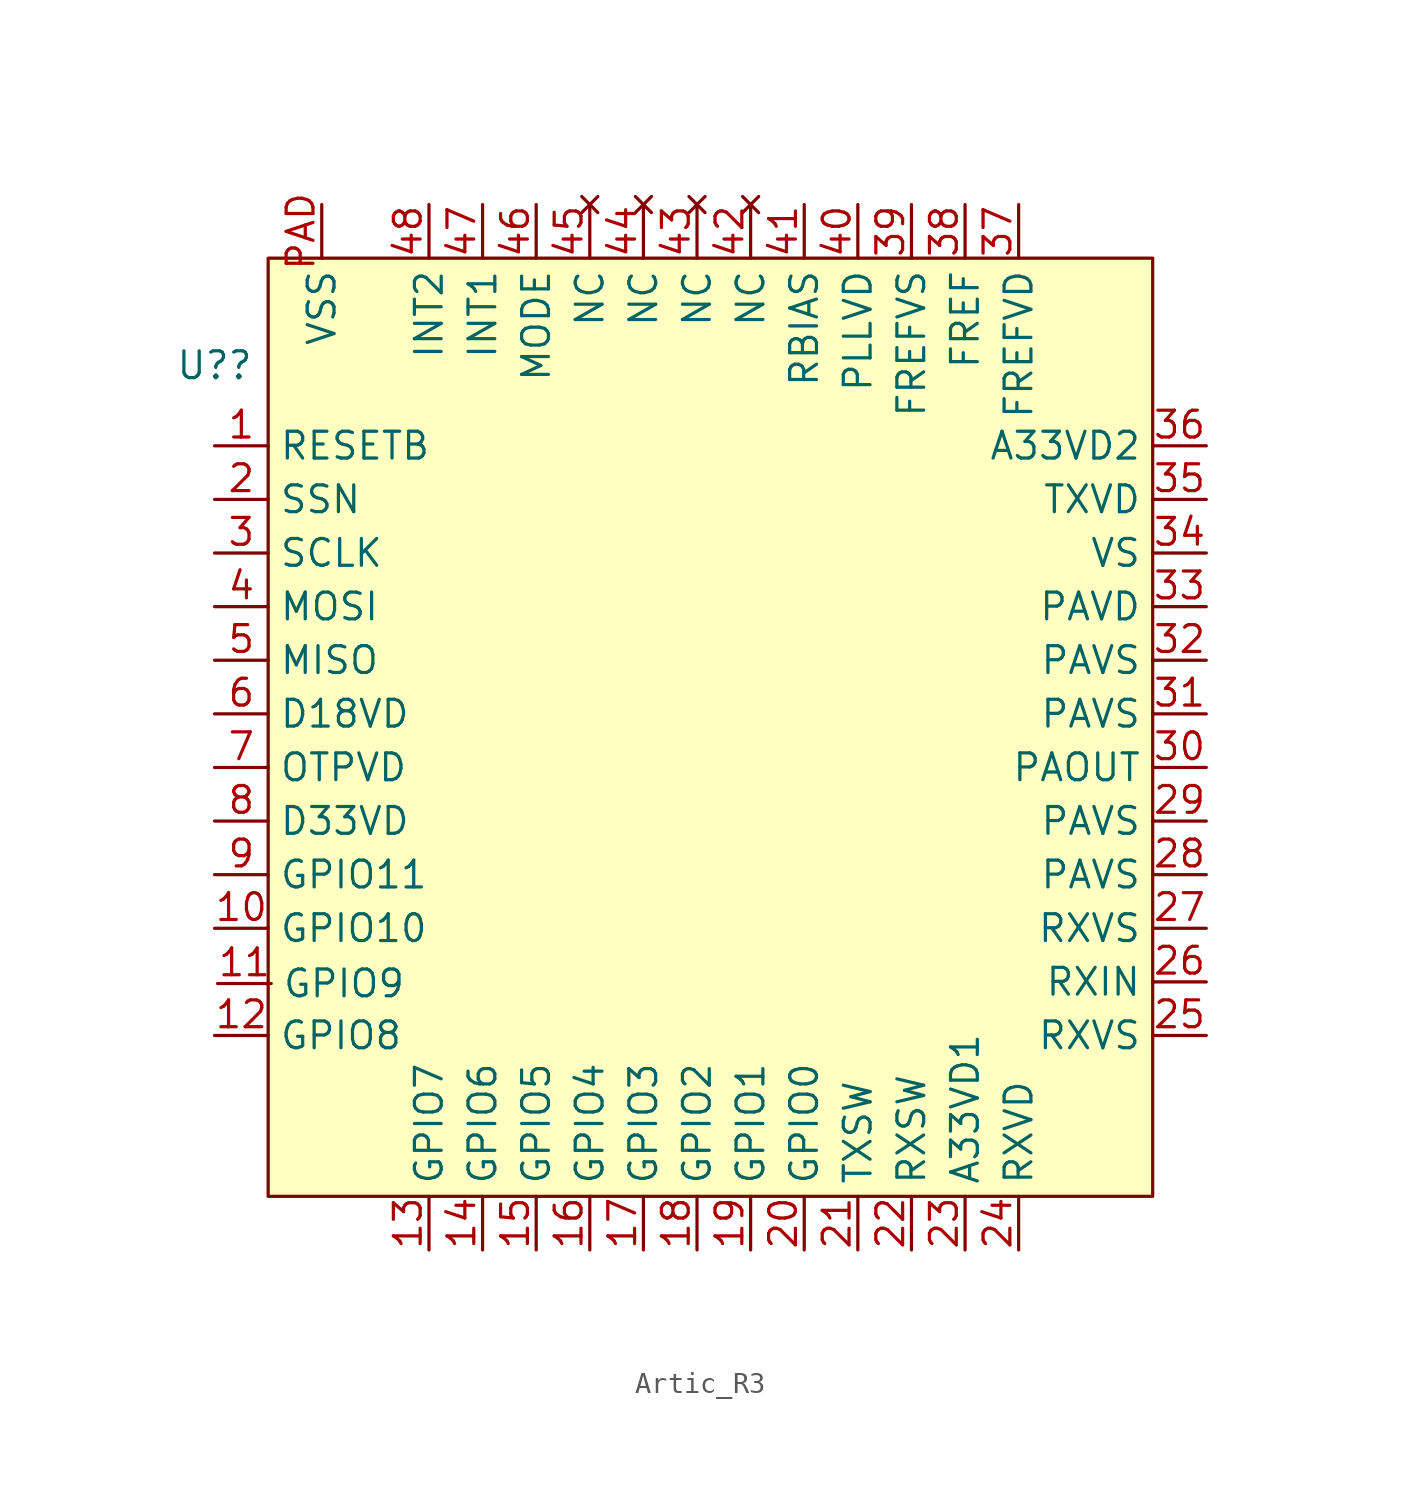
<source format=kicad_sym>
(kicad_symbol_lib
  (version 20231120)
  (generator "kicad_symbol_editor")
  (generator_version "8.0")
  (symbol "Artic_R3"
    (property "Reference" "U?"
      (at 0 0 0)
      (effects (font (size 1.27 1.27))))
    (property "Value" ""
      (at 0 0 0)
      (effects (font (size 1.27 1.27))))
    (symbol "Artic_R3_1_1"
      (rectangle (start 2.54 5.08) (end 44.45 -39.37) (stroke (width 0) (type default)) (fill (type color) (color 255 255 194 1)))
      (pin passive line (at 0 -3.81 0) (length 2.54) (name "RESETB" (effects (font (size 1.27 1.27)))) (number "1" (effects (font (size 1.27 1.27)))))
      (pin passive line (at 0 -26.67 0) (length 2.54) (name "GPIO10" (effects (font (size 1.27 1.27)))) (number "10" (effects (font (size 1.27 1.27)))))
      (pin passive line (at 0.145 -29.288 0) (length 2.54) (name "GPIO9" (effects (font (size 1.27 1.27)))) (number "11" (effects (font (size 1.27 1.27)))))
      (pin passive line (at 0 -31.75 0) (length 2.54) (name "GPIO8" (effects (font (size 1.27 1.27)))) (number "12" (effects (font (size 1.27 1.27)))))
      (pin passive line (at 10.16 -41.91 90) (length 2.54) (name "GPIO7" (effects (font (size 1.27 1.27)))) (number "13" (effects (font (size 1.27 1.27)))))
      (pin passive line (at 12.7 -41.91 90) (length 2.54) (name "GPIO6" (effects (font (size 1.27 1.27)))) (number "14" (effects (font (size 1.27 1.27)))))
      (pin passive line (at 15.24 -41.91 90) (length 2.54) (name "GPIO5" (effects (font (size 1.27 1.27)))) (number "15" (effects (font (size 1.27 1.27)))))
      (pin passive line (at 17.78 -41.91 90) (length 2.54) (name "GPIO4" (effects (font (size 1.27 1.27)))) (number "16" (effects (font (size 1.27 1.27)))))
      (pin passive line (at 20.32 -41.91 90) (length 2.54) (name "GPIO3" (effects (font (size 1.27 1.27)))) (number "17" (effects (font (size 1.27 1.27)))))
      (pin passive line (at 22.86 -41.91 90) (length 2.54) (name "GPIO2" (effects (font (size 1.27 1.27)))) (number "18" (effects (font (size 1.27 1.27)))))
      (pin passive line (at 25.4 -41.91 90) (length 2.54) (name "GPIO1" (effects (font (size 1.27 1.27)))) (number "19" (effects (font (size 1.27 1.27)))))
      (pin passive line (at 0 -6.35 0) (length 2.54) (name "SSN" (effects (font (size 1.27 1.27)))) (number "2" (effects (font (size 1.27 1.27)))))
      (pin passive line (at 27.94 -41.91 90) (length 2.54) (name "GPIO0" (effects (font (size 1.27 1.27)))) (number "20" (effects (font (size 1.27 1.27)))))
      (pin passive line (at 30.48 -41.91 90) (length 2.54) (name "TXSW" (effects (font (size 1.27 1.27)))) (number "21" (effects (font (size 1.27 1.27)))))
      (pin passive line (at 33.02 -41.91 90) (length 2.54) (name "RXSW" (effects (font (size 1.27 1.27)))) (number "22" (effects (font (size 1.27 1.27)))))
      (pin passive line (at 35.56 -41.91 90) (length 2.54) (name "A33VD1" (effects (font (size 1.27 1.27)))) (number "23" (effects (font (size 1.27 1.27)))))
      (pin passive line (at 38.1 -41.91 90) (length 2.54) (name "RXVD" (effects (font (size 1.27 1.27)))) (number "24" (effects (font (size 1.27 1.27)))))
      (pin passive line (at 46.99 -31.75 180) (length 2.54) (name "RXVS" (effects (font (size 1.27 1.27)))) (number "25" (effects (font (size 1.27 1.27)))))
      (pin passive line (at 46.99 -29.21 180) (length 2.54) (name "RXIN" (effects (font (size 1.27 1.27)))) (number "26" (effects (font (size 1.27 1.27)))))
      (pin passive line (at 46.99 -26.67 180) (length 2.54) (name "RXVS" (effects (font (size 1.27 1.27)))) (number "27" (effects (font (size 1.27 1.27)))))
      (pin passive line (at 46.99 -24.13 180) (length 2.54) (name "PAVS" (effects (font (size 1.27 1.27)))) (number "28" (effects (font (size 1.27 1.27)))))
      (pin passive line (at 46.99 -21.59 180) (length 2.54) (name "PAVS" (effects (font (size 1.27 1.27)))) (number "29" (effects (font (size 1.27 1.27)))))
      (pin passive line (at 0 -8.89 0) (length 2.54) (name "SCLK" (effects (font (size 1.27 1.27)))) (number "3" (effects (font (size 1.27 1.27)))))
      (pin passive line (at 46.99 -19.05 180) (length 2.54) (name "PAOUT" (effects (font (size 1.27 1.27)))) (number "30" (effects (font (size 1.27 1.27)))))
      (pin passive line (at 46.99 -16.51 180) (length 2.54) (name "PAVS" (effects (font (size 1.27 1.27)))) (number "31" (effects (font (size 1.27 1.27)))))
      (pin passive line (at 46.99 -13.97 180) (length 2.54) (name "PAVS" (effects (font (size 1.27 1.27)))) (number "32" (effects (font (size 1.27 1.27)))))
      (pin passive line (at 46.99 -11.43 180) (length 2.54) (name "PAVD" (effects (font (size 1.27 1.27)))) (number "33" (effects (font (size 1.27 1.27)))))
      (pin passive line (at 46.99 -8.89 180) (length 2.54) (name "VS" (effects (font (size 1.27 1.27)))) (number "34" (effects (font (size 1.27 1.27)))))
      (pin passive line (at 46.99 -6.35 180) (length 2.54) (name "TXVD" (effects (font (size 1.27 1.27)))) (number "35" (effects (font (size 1.27 1.27)))))
      (pin passive line (at 46.99 -3.81 180) (length 2.54) (name "A33VD2" (effects (font (size 1.27 1.27)))) (number "36" (effects (font (size 1.27 1.27)))))
      (pin passive line (at 38.1 7.62 270) (length 2.54) (name "FREFVD" (effects (font (size 1.27 1.27)))) (number "37" (effects (font (size 1.27 1.27)))))
      (pin passive line (at 35.56 7.62 270) (length 2.54) (name "FREF" (effects (font (size 1.27 1.27)))) (number "38" (effects (font (size 1.27 1.27)))))
      (pin passive line (at 33.02 7.62 270) (length 2.54) (name "FREFVS" (effects (font (size 1.27 1.27)))) (number "39" (effects (font (size 1.27 1.27)))))
      (pin passive line (at 0 -11.43 0) (length 2.54) (name "MOSI" (effects (font (size 1.27 1.27)))) (number "4" (effects (font (size 1.27 1.27)))))
      (pin passive line (at 30.48 7.62 270) (length 2.54) (name "PLLVD" (effects (font (size 1.27 1.27)))) (number "40" (effects (font (size 1.27 1.27)))))
      (pin passive line (at 27.94 7.62 270) (length 2.54) (name "RBIAS" (effects (font (size 1.27 1.27)))) (number "41" (effects (font (size 1.27 1.27)))))
      (pin no_connect line (at 25.4 7.62 270) (length 2.54) (name "NC" (effects (font (size 1.27 1.27)))) (number "42" (effects (font (size 1.27 1.27)))))
      (pin no_connect line (at 22.86 7.62 270) (length 2.54) (name "NC" (effects (font (size 1.27 1.27)))) (number "43" (effects (font (size 1.27 1.27)))))
      (pin no_connect line (at 20.32 7.62 270) (length 2.54) (name "NC" (effects (font (size 1.27 1.27)))) (number "44" (effects (font (size 1.27 1.27)))))
      (pin no_connect line (at 17.78 7.62 270) (length 2.54) (name "NC" (effects (font (size 1.27 1.27)))) (number "45" (effects (font (size 1.27 1.27)))))
      (pin passive line (at 15.24 7.62 270) (length 2.54) (name "MODE" (effects (font (size 1.27 1.27)))) (number "46" (effects (font (size 1.27 1.27)))))
      (pin passive line (at 12.7 7.62 270) (length 2.54) (name "INT1" (effects (font (size 1.27 1.27)))) (number "47" (effects (font (size 1.27 1.27)))))
      (pin passive line (at 10.16 7.62 270) (length 2.54) (name "INT2" (effects (font (size 1.27 1.27)))) (number "48" (effects (font (size 1.27 1.27)))))
      (pin passive line (at 0 -13.97 0) (length 2.54) (name "MISO" (effects (font (size 1.27 1.27)))) (number "5" (effects (font (size 1.27 1.27)))))
      (pin passive line (at 0 -16.51 0) (length 2.54) (name "D18VD" (effects (font (size 1.27 1.27)))) (number "6" (effects (font (size 1.27 1.27)))))
      (pin passive line (at 0 -19.05 0) (length 2.54) (name "OTPVD" (effects (font (size 1.27 1.27)))) (number "7" (effects (font (size 1.27 1.27)))))
      (pin passive line (at 0 -21.59 0) (length 2.54) (name "D33VD" (effects (font (size 1.27 1.27)))) (number "8" (effects (font (size 1.27 1.27)))))
      (pin passive line (at 0 -24.13 0) (length 2.54) (name "GPIO11" (effects (font (size 1.27 1.27)))) (number "9" (effects (font (size 1.27 1.27)))))
      (pin passive line (at 5.08 7.62 270) (length 2.54) (name "VSS" (effects (font (size 1.27 1.27)))) (number "PAD" (effects (font (size 1.27 1.27))))))))
</source>
